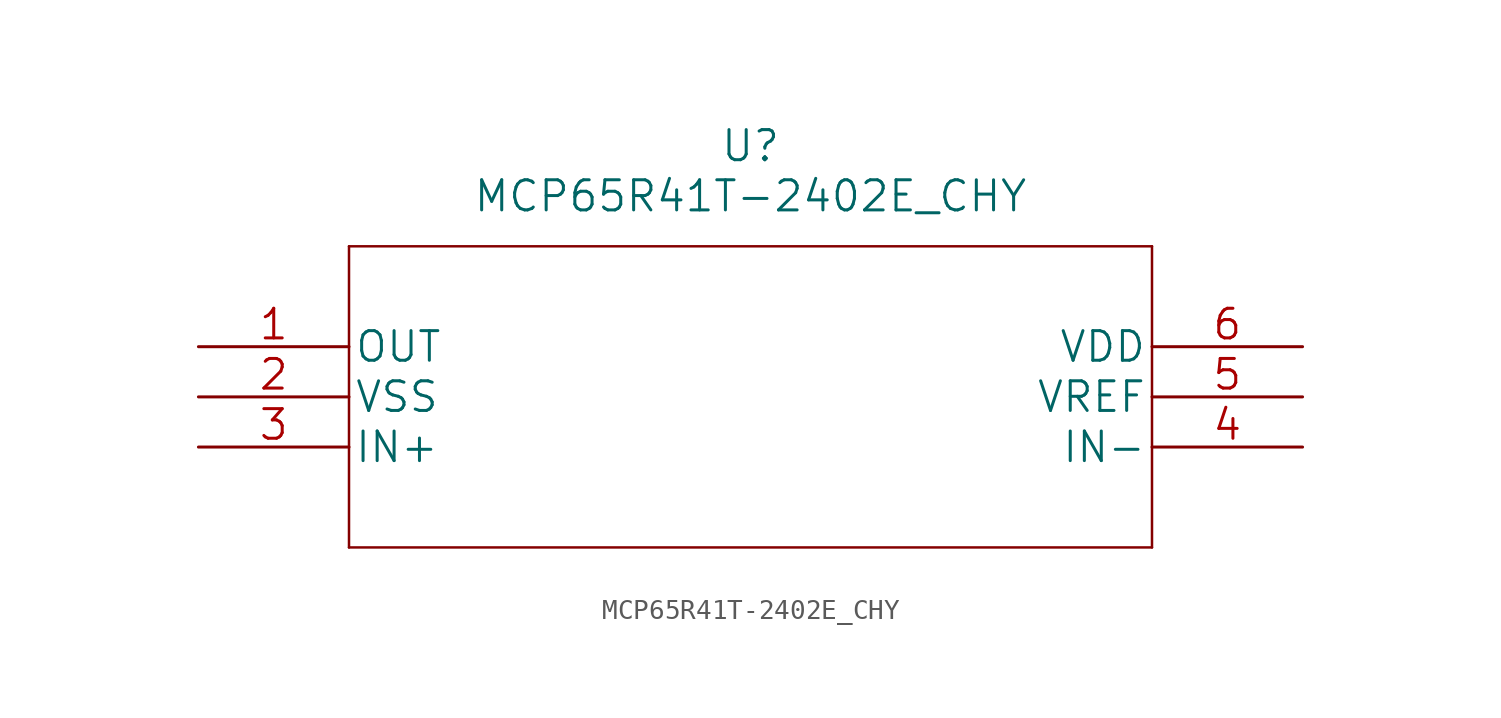
<source format=kicad_sym>
(kicad_symbol_lib
  (version 20211014)
  (generator kicad_symbol_editor)
  (symbol "MCP65R41T-2402E_CHY"
    (pin_names
      (offset 0.254))
    (property "Reference" "U"
      (at 27.94 10.16 0)
      (effects (font (size 1.524 1.524))))
    (property "Value" "MCP65R41T-2402E_CHY"
      (at 27.94 7.62 0)
      (effects (font (size 1.524 1.524))))
    (property "Datasheet" ""
      (at 0 0 0)
      (effects (font (size 1.524 1.524))))
    (symbol "MCP65R41T-2402E_CHY_1_1"
      (polyline (pts (xy 7.62 -10.16) (xy 48.26 -10.16)) (stroke (width 0.127) (type default) (color 0 0 0 0)) (fill (type none)))
      (polyline (pts (xy 7.62 5.08) (xy 7.62 -10.16)) (stroke (width 0.127) (type default) (color 0 0 0 0)) (fill (type none)))
      (polyline (pts (xy 48.26 -10.16) (xy 48.26 5.08)) (stroke (width 0.127) (type default) (color 0 0 0 0)) (fill (type none)))
      (polyline (pts (xy 48.26 5.08) (xy 7.62 5.08)) (stroke (width 0.127) (type default) (color 0 0 0 0)) (fill (type none)))
      (pin output line (at 0 0 0) (length 7.62) (name "OUT" (effects (font (size 1.499 1.499)))) (number "1" (effects (font (size 1.499 1.499)))))
      (pin power_in line (at 0 -2.54 0) (length 7.62) (name "VSS" (effects (font (size 1.499 1.499)))) (number "2" (effects (font (size 1.499 1.499)))))
      (pin input line (at 0 -5.08 0) (length 7.62) (name "IN+" (effects (font (size 1.499 1.499)))) (number "3" (effects (font (size 1.499 1.499)))))
      (pin input line (at 55.88 -5.08 180) (length 7.62) (name "IN-" (effects (font (size 1.499 1.499)))) (number "4" (effects (font (size 1.499 1.499)))))
      (pin power_in line (at 55.88 -2.54 180) (length 7.62) (name "VREF" (effects (font (size 1.499 1.499)))) (number "5" (effects (font (size 1.499 1.499)))))
      (pin power_in line (at 55.88 0 180) (length 7.62) (name "VDD" (effects (font (size 1.499 1.499)))) (number "6" (effects (font (size 1.499 1.499))))))))
</source>
